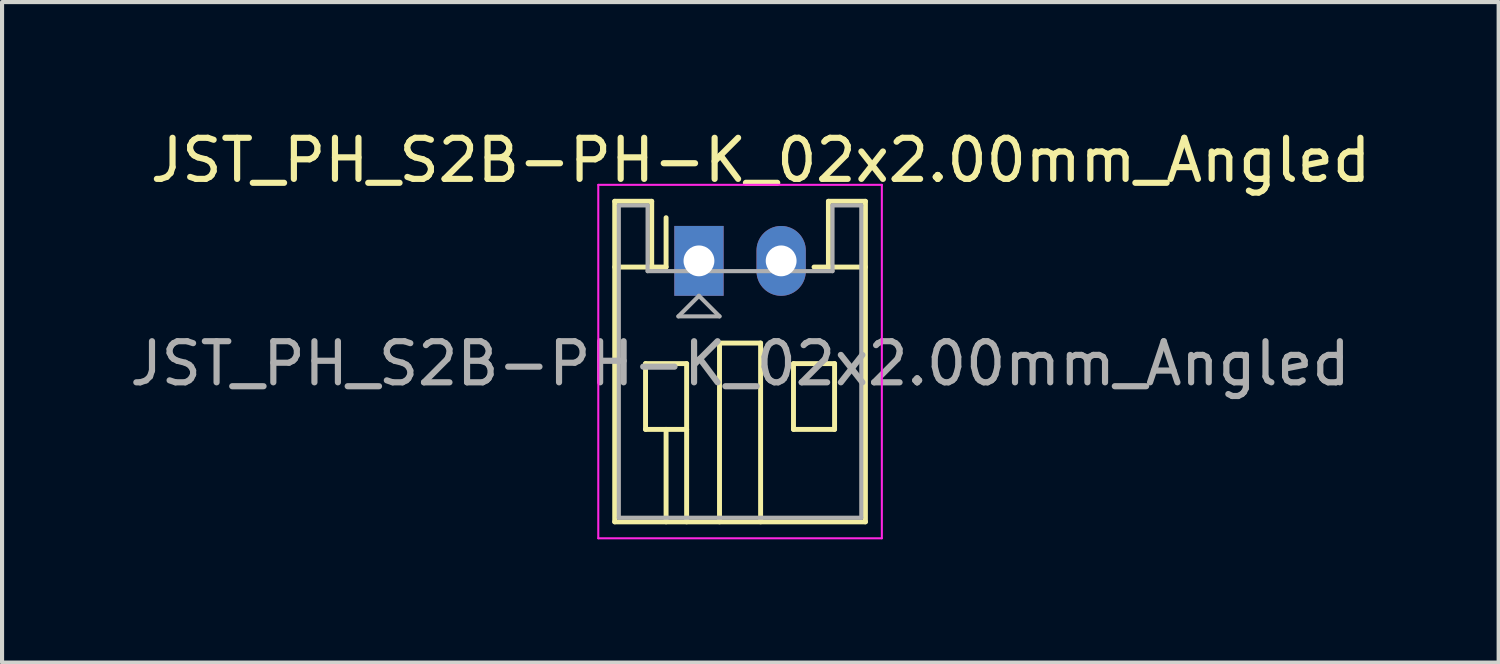
<source format=kicad_pcb>
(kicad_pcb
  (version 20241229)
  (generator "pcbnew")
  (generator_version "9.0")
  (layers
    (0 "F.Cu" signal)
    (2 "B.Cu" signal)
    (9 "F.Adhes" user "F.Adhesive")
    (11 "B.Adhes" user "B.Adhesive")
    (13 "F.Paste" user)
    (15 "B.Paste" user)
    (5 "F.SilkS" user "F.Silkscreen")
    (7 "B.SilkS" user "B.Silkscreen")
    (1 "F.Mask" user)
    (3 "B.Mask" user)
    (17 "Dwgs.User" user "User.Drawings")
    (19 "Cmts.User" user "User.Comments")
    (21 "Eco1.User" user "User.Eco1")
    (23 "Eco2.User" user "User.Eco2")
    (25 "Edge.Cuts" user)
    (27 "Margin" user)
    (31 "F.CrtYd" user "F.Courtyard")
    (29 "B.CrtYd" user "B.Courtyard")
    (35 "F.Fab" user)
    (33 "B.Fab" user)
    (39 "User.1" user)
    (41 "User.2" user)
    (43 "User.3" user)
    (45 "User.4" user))
  (footprint "JST_PH_S2B-PH-K_02x2.00mm_Angled"
    (layer "F.Cu")
    (at 13.958 3.298)
    (property "Reference" "JST_PH_S2B-PH-K_02x2.00mm_Angled" (at 1.5 -2.45 0) (layer "F.SilkS") (effects (font (size 1 1) (thickness 0.15))))
    (attr through_hole)
    (fp_line (start -2.05 -1.45) (end -2.05 6.35) (stroke (width 0.12) (type solid)) (layer "F.SilkS"))
    (fp_line (start -2.05 0.15) (end -1.15 0.15) (stroke (width 0.12) (type solid)) (layer "F.SilkS"))
    (fp_line (start -2.05 6.35) (end 4.05 6.35) (stroke (width 0.12) (type solid)) (layer "F.SilkS"))
    (fp_line (start -1.3 2.5) (end -1.3 4.1) (stroke (width 0.12) (type solid)) (layer "F.SilkS"))
    (fp_line (start -1.3 4.1) (end -0.3 4.1) (stroke (width 0.12) (type solid)) (layer "F.SilkS"))
    (fp_line (start -1.15 -1.45) (end -2.05 -1.45) (stroke (width 0.12) (type solid)) (layer "F.SilkS"))
    (fp_line (start -1.15 0.15) (end -1.15 -1.45) (stroke (width 0.12) (type solid)) (layer "F.SilkS"))
    (fp_line (start -0.8 0.15) (end -1.15 0.15) (stroke (width 0.12) (type solid)) (layer "F.SilkS"))
    (fp_line (start -0.8 0.15) (end -0.8 -1.05) (stroke (width 0.12) (type solid)) (layer "F.SilkS"))
    (fp_line (start -0.8 4.1) (end -0.8 6.35) (stroke (width 0.12) (type solid)) (layer "F.SilkS"))
    (fp_line (start -0.3 2.5) (end -1.3 2.5) (stroke (width 0.12) (type solid)) (layer "F.SilkS"))
    (fp_line (start -0.3 4.1) (end -0.3 2.5) (stroke (width 0.12) (type solid)) (layer "F.SilkS"))
    (fp_line (start -0.3 4.1) (end -0.3 6.35) (stroke (width 0.12) (type solid)) (layer "F.SilkS"))
    (fp_line (start 0.5 2) (end 1.5 2) (stroke (width 0.12) (type solid)) (layer "F.SilkS"))
    (fp_line (start 0.5 6.35) (end 0.5 2) (stroke (width 0.12) (type solid)) (layer "F.SilkS"))
    (fp_line (start 1.5 2) (end 1.5 6.35) (stroke (width 0.12) (type solid)) (layer "F.SilkS"))
    (fp_line (start 2.3 2.5) (end 3.3 2.5) (stroke (width 0.12) (type solid)) (layer "F.SilkS"))
    (fp_line (start 2.3 4.1) (end 2.3 2.5) (stroke (width 0.12) (type solid)) (layer "F.SilkS"))
    (fp_line (start 3.15 -1.45) (end 3.15 0.15) (stroke (width 0.12) (type solid)) (layer "F.SilkS"))
    (fp_line (start 3.15 0.15) (end 2.8 0.15) (stroke (width 0.12) (type solid)) (layer "F.SilkS"))
    (fp_line (start 3.3 2.5) (end 3.3 4.1) (stroke (width 0.12) (type solid)) (layer "F.SilkS"))
    (fp_line (start 3.3 4.1) (end 2.3 4.1) (stroke (width 0.12) (type solid)) (layer "F.SilkS"))
    (fp_line (start 4.05 -1.45) (end 3.15 -1.45) (stroke (width 0.12) (type solid)) (layer "F.SilkS"))
    (fp_line (start 4.05 0.15) (end 3.15 0.15) (stroke (width 0.12) (type solid)) (layer "F.SilkS"))
    (fp_line (start 4.05 6.35) (end 4.05 -1.45) (stroke (width 0.12) (type solid)) (layer "F.SilkS"))
    (fp_line (start -2.45 -1.85) (end -2.45 6.75) (stroke (width 0.05) (type solid)) (layer "F.CrtYd"))
    (fp_line (start -2.45 6.75) (end 4.45 6.75) (stroke (width 0.05) (type solid)) (layer "F.CrtYd"))
    (fp_line (start 4.45 -1.85) (end -2.45 -1.85) (stroke (width 0.05) (type solid)) (layer "F.CrtYd"))
    (fp_line (start 4.45 6.75) (end 4.45 -1.85) (stroke (width 0.05) (type solid)) (layer "F.CrtYd"))
    (fp_line (start -1.95 -1.35) (end -1.95 6.25) (stroke (width 0.1) (type solid)) (layer "F.Fab"))
    (fp_line (start -1.95 6.25) (end 3.95 6.25) (stroke (width 0.1) (type solid)) (layer "F.Fab"))
    (fp_line (start -1.25 -1.35) (end -1.95 -1.35) (stroke (width 0.1) (type solid)) (layer "F.Fab"))
    (fp_line (start -1.25 0.25) (end -1.25 -1.35) (stroke (width 0.1) (type solid)) (layer "F.Fab"))
    (fp_line (start -0.5 1.35) (end 0.5 1.35) (stroke (width 0.1) (type solid)) (layer "F.Fab"))
    (fp_line (start 0 0.85) (end -0.5 1.35) (stroke (width 0.1) (type solid)) (layer "F.Fab"))
    (fp_line (start 0.5 1.35) (end 0 0.85) (stroke (width 0.1) (type solid)) (layer "F.Fab"))
    (fp_line (start 3.25 -1.35) (end 3.25 0.25) (stroke (width 0.1) (type solid)) (layer "F.Fab"))
    (fp_line (start 3.25 0.25) (end -1.25 0.25) (stroke (width 0.1) (type solid)) (layer "F.Fab"))
    (fp_line (start 3.95 -1.35) (end 3.25 -1.35) (stroke (width 0.1) (type solid)) (layer "F.Fab"))
    (fp_line (start 3.95 6.25) (end 3.95 -1.35) (stroke (width 0.1) (type solid)) (layer "F.Fab"))
    (fp_text user "${REFERENCE}" (at 1 2.5 0) (layer "F.Fab") (effects (font (size 1 1) (thickness 0.15))))
    (pad "1" thru_hole rect (at 0 0) (size 1.2 1.7) (drill 0.75) (layers "*.Cu" "*.Mask"))
    (pad "2" thru_hole oval (at 2 0) (size 1.2 1.7) (drill 0.75) (layers "*.Cu" "*.Mask")))
  (gr_rect
    (start -3 -3)
    (end 33.417 13.073)
    (stroke (width 0.1) (type default))
    (fill no)
    (layer "Edge.Cuts")))
</source>
